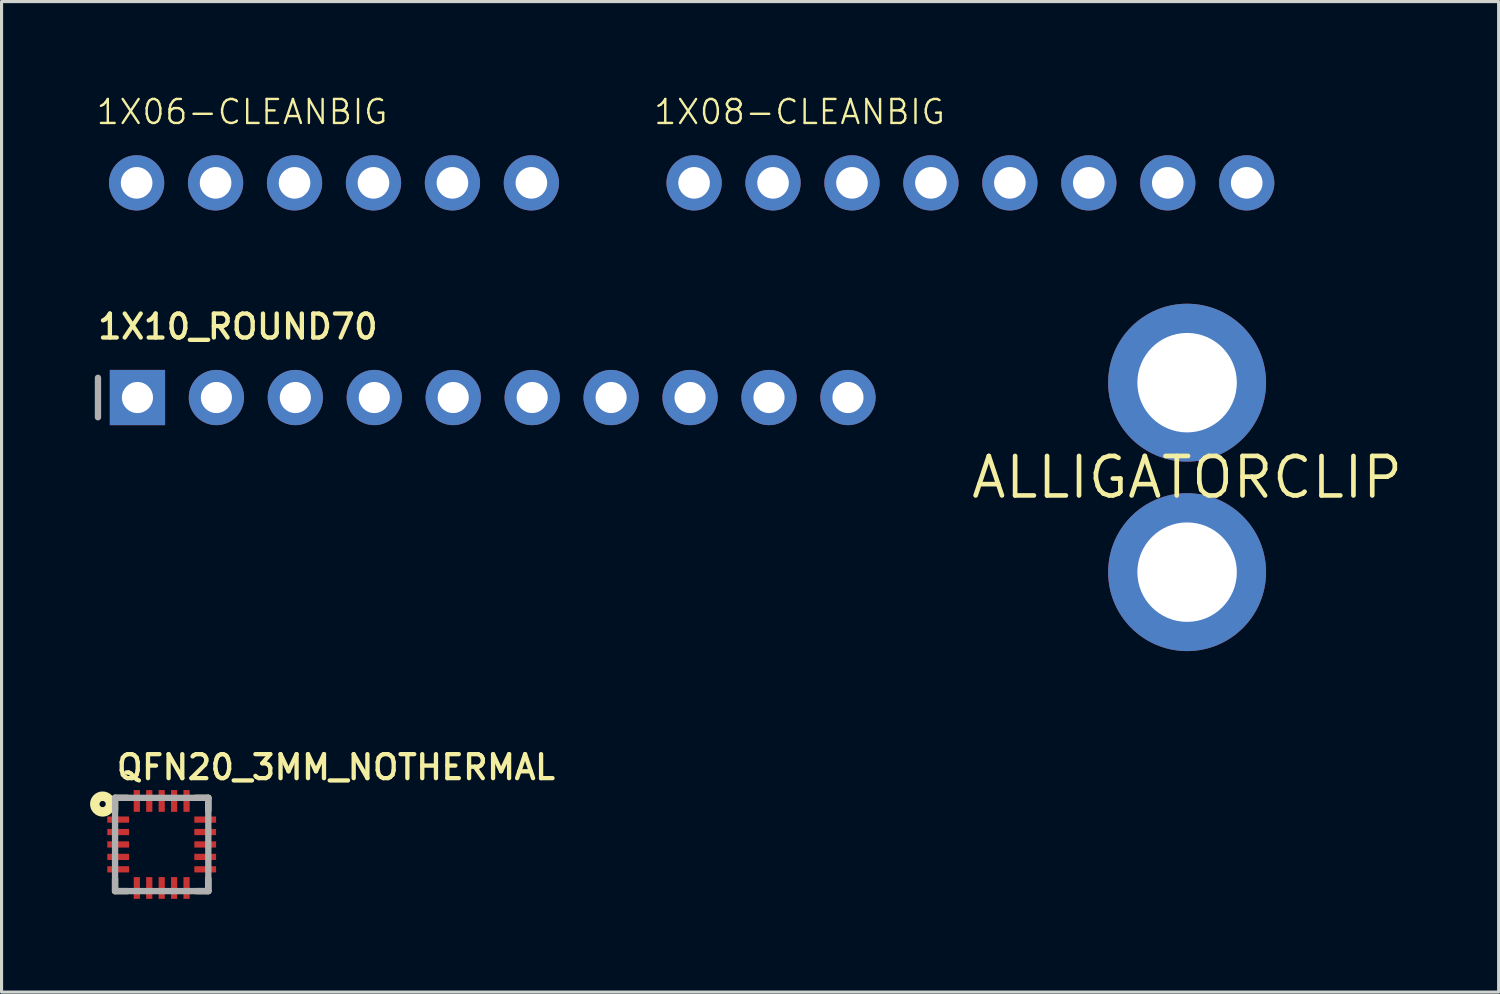
<source format=kicad_pcb>
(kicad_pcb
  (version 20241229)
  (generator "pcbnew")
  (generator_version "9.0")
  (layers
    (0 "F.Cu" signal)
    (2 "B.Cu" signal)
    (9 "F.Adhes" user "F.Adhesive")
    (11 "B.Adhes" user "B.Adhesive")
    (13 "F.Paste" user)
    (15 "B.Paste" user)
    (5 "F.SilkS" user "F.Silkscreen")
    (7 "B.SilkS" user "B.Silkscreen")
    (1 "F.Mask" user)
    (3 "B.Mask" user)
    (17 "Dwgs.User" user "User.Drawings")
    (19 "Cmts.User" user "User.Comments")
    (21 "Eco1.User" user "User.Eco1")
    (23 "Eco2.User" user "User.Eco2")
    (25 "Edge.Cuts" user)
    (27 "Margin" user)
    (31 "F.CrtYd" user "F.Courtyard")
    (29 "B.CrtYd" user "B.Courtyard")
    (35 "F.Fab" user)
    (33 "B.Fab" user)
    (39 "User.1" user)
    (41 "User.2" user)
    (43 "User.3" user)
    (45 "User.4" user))
  (footprint "1X08-CLEANBIG"
    (layer "F.Cu")
    (at 28.171 2.833)
    (property "Reference" "1X08-CLEANBIG" (at -10.236 -1.829 0) (layer "F.SilkS") (effects (font (size 0.772 0.772) (thickness 0.077)) (justify left bottom)))
    (attr through_hole)
    (fp_poly (pts (xy -9.144 0.254) (xy -8.636 0.254) (xy -8.636 -0.254) (xy -9.144 -0.254)) (stroke (width 0.1) (type solid)) (fill no) (layer "F.Fab"))
    (fp_poly (pts (xy -6.604 0.254) (xy -6.096 0.254) (xy -6.096 -0.254) (xy -6.604 -0.254)) (stroke (width 0.1) (type solid)) (fill no) (layer "F.Fab"))
    (fp_poly (pts (xy -4.064 0.254) (xy -3.556 0.254) (xy -3.556 -0.254) (xy -4.064 -0.254)) (stroke (width 0.1) (type solid)) (fill no) (layer "F.Fab"))
    (fp_poly (pts (xy -1.524 0.254) (xy -1.016 0.254) (xy -1.016 -0.254) (xy -1.524 -0.254)) (stroke (width 0.1) (type solid)) (fill no) (layer "F.Fab"))
    (fp_poly (pts (xy 1.016 0.254) (xy 1.524 0.254) (xy 1.524 -0.254) (xy 1.016 -0.254)) (stroke (width 0.1) (type solid)) (fill no) (layer "F.Fab"))
    (fp_poly (pts (xy 3.556 0.254) (xy 4.064 0.254) (xy 4.064 -0.254) (xy 3.556 -0.254)) (stroke (width 0.1) (type solid)) (fill no) (layer "F.Fab"))
    (fp_poly (pts (xy 6.096 0.254) (xy 6.604 0.254) (xy 6.604 -0.254) (xy 6.096 -0.254)) (stroke (width 0.1) (type solid)) (fill no) (layer "F.Fab"))
    (fp_poly (pts (xy 8.636 0.254) (xy 9.144 0.254) (xy 9.144 -0.254) (xy 8.636 -0.254)) (stroke (width 0.1) (type solid)) (fill no) (layer "F.Fab"))
    (pad "1" thru_hole circle (at -8.89 0 90) (size 1.778 1.778) (drill 1.016) (layers "*.Cu" "*.Mask"))
    (pad "2" thru_hole circle (at -6.35 0 90) (size 1.778 1.778) (drill 1.016) (layers "*.Cu" "*.Mask"))
    (pad "3" thru_hole circle (at -3.81 0 90) (size 1.778 1.778) (drill 1.016) (layers "*.Cu" "*.Mask"))
    (pad "4" thru_hole circle (at -1.27 0 90) (size 1.778 1.778) (drill 1.016) (layers "*.Cu" "*.Mask"))
    (pad "5" thru_hole circle (at 1.27 0 90) (size 1.778 1.778) (drill 1.016) (layers "*.Cu" "*.Mask"))
    (pad "6" thru_hole circle (at 3.81 0 90) (size 1.778 1.778) (drill 1.016) (layers "*.Cu" "*.Mask"))
    (pad "7" thru_hole circle (at 6.35 0 90) (size 1.778 1.778) (drill 1.016) (layers "*.Cu" "*.Mask"))
    (pad "8" thru_hole circle (at 8.89 0 90) (size 1.778 1.778) (drill 1.016) (layers "*.Cu" "*.Mask")))
  (footprint "QFN20_3MM_NOTHERMAL"
    (layer "F.Cu")
    (at 2.152 24.119)
    (property "Reference" "QFN20_3MM_NOTHERMAL" (at -1.524 -2.032 180) (layer "F.SilkS") (effects (font (size 0.772 0.772) (thickness 0.139)) (justify left bottom)))
    (attr through_hole)
    (fp_line (start -1.5 -1.5) (end -1.1 -1.5) (stroke (width 0.203) (type solid)) (layer "F.SilkS"))
    (fp_line (start -1.5 -1.1) (end -1.5 -1.5) (stroke (width 0.203) (type solid)) (layer "F.SilkS"))
    (fp_line (start -1.5 1.1) (end -1.5 1.5) (stroke (width 0.203) (type solid)) (layer "F.SilkS"))
    (fp_line (start -1.5 1.5) (end -1.1 1.5) (stroke (width 0.203) (type solid)) (layer "F.SilkS"))
    (fp_line (start 1.1 -1.5) (end 1.5 -1.5) (stroke (width 0.203) (type solid)) (layer "F.SilkS"))
    (fp_line (start 1.5 -1.5) (end 1.5 -1.1) (stroke (width 0.203) (type solid)) (layer "F.SilkS"))
    (fp_line (start 1.5 1.1) (end 1.5 1.5) (stroke (width 0.203) (type solid)) (layer "F.SilkS"))
    (fp_line (start 1.5 1.5) (end 1.1 1.5) (stroke (width 0.203) (type solid)) (layer "F.SilkS"))
    (fp_circle (center -1.9 -1.3) (end -1.8 -1.3) (stroke (width 0.305) (type solid)) (fill no) (layer "F.SilkS"))
    (fp_line (start -1.5 -1.5) (end 1.5 -1.5) (stroke (width 0.203) (type solid)) (layer "F.Fab"))
    (fp_line (start -1.5 1.5) (end -1.5 -1.5) (stroke (width 0.203) (type solid)) (layer "F.Fab"))
    (fp_line (start 1.5 -1.5) (end 1.5 1.5) (stroke (width 0.203) (type solid)) (layer "F.Fab"))
    (fp_line (start 1.5 1.5) (end -1.5 1.5) (stroke (width 0.203) (type solid)) (layer "F.Fab"))
    (pad "1" smd rect (at -1.4 -0.8 180) (size 0.7 0.2) (layers "F.Cu" "F.Mask" "F.Paste"))
    (pad "2" smd rect (at -1.4 -0.4 180) (size 0.7 0.2) (layers "F.Cu" "F.Mask" "F.Paste"))
    (pad "3" smd rect (at -1.4 0 180) (size 0.7 0.2) (layers "F.Cu" "F.Mask" "F.Paste"))
    (pad "4" smd rect (at -1.4 0.4 180) (size 0.7 0.2) (layers "F.Cu" "F.Mask" "F.Paste"))
    (pad "5" smd rect (at -1.4 0.8 180) (size 0.7 0.2) (layers "F.Cu" "F.Mask" "F.Paste"))
    (pad "6" smd rect (at -0.8 1.4 90) (size 0.7 0.2) (layers "F.Cu" "F.Mask" "F.Paste"))
    (pad "7" smd rect (at -0.4 1.4 90) (size 0.7 0.2) (layers "F.Cu" "F.Mask" "F.Paste"))
    (pad "8" smd rect (at 0 1.4 90) (size 0.7 0.2) (layers "F.Cu" "F.Mask" "F.Paste"))
    (pad "9" smd rect (at 0.4 1.4 90) (size 0.7 0.2) (layers "F.Cu" "F.Mask" "F.Paste"))
    (pad "10" smd rect (at 0.8 1.4 90) (size 0.7 0.2) (layers "F.Cu" "F.Mask" "F.Paste"))
    (pad "11" smd rect (at 1.4 0.8 180) (size 0.7 0.2) (layers "F.Cu" "F.Mask" "F.Paste"))
    (pad "12" smd rect (at 1.4 0.4 180) (size 0.7 0.2) (layers "F.Cu" "F.Mask" "F.Paste"))
    (pad "13" smd rect (at 1.4 0 180) (size 0.7 0.2) (layers "F.Cu" "F.Mask" "F.Paste"))
    (pad "14" smd rect (at 1.4 -0.4 180) (size 0.7 0.2) (layers "F.Cu" "F.Mask" "F.Paste"))
    (pad "15" smd rect (at 1.4 -0.8 180) (size 0.7 0.2) (layers "F.Cu" "F.Mask" "F.Paste"))
    (pad "16" smd rect (at 0.8 -1.4 90) (size 0.7 0.2) (layers "F.Cu" "F.Mask" "F.Paste"))
    (pad "17" smd rect (at 0.4 -1.4 90) (size 0.7 0.2) (layers "F.Cu" "F.Mask" "F.Paste"))
    (pad "18" smd rect (at 0 -1.4 90) (size 0.7 0.2) (layers "F.Cu" "F.Mask" "F.Paste"))
    (pad "19" smd rect (at -0.4 -1.4 90) (size 0.7 0.2) (layers "F.Cu" "F.Mask" "F.Paste"))
    (pad "20" smd rect (at -0.8 -1.4 90) (size 0.7 0.2) (layers "F.Cu" "F.Mask" "F.Paste")))
  (footprint "ALLIGATORCLIP"
    (layer "F.Cu")
    (at 35.143 12.31)
    (property "Reference" "ALLIGATORCLIP" (at 0 0 0) (layer "F.SilkS") (effects (font (size 1.27 1.27) (thickness 0.15))))
    (attr through_hole)
    (pad "P$1" thru_hole circle (at 0 -3.048) (size 5.08 5.08) (drill 3.2) (layers "*.Cu" "*.Mask"))
    (pad "P$2" thru_hole circle (at 0 3.048) (size 5.08 5.08) (drill 3.2) (layers "*.Cu" "*.Mask")))
  (footprint "1X10_ROUND70"
    (layer "F.Cu")
    (at 12.802 9.74)
    (property "Reference" "1X10_ROUND70" (at -12.776 -1.829 0) (layer "F.SilkS") (effects (font (size 0.772 0.772) (thickness 0.139)) (justify left bottom)))
    (attr through_hole)
    (fp_line (start -12.7 -0.635) (end -12.7 0.635) (stroke (width 0.203) (type solid)) (layer "F.Fab"))
    (fp_poly (pts (xy -11.684 0.254) (xy -11.176 0.254) (xy -11.176 -0.254) (xy -11.684 -0.254)) (stroke (width 0.1) (type solid)) (fill no) (layer "F.Fab"))
    (fp_poly (pts (xy -9.144 0.254) (xy -8.636 0.254) (xy -8.636 -0.254) (xy -9.144 -0.254)) (stroke (width 0.1) (type solid)) (fill no) (layer "F.Fab"))
    (fp_poly (pts (xy -6.604 0.254) (xy -6.096 0.254) (xy -6.096 -0.254) (xy -6.604 -0.254)) (stroke (width 0.1) (type solid)) (fill no) (layer "F.Fab"))
    (fp_poly (pts (xy -4.064 0.254) (xy -3.556 0.254) (xy -3.556 -0.254) (xy -4.064 -0.254)) (stroke (width 0.1) (type solid)) (fill no) (layer "F.Fab"))
    (fp_poly (pts (xy -1.524 0.254) (xy -1.016 0.254) (xy -1.016 -0.254) (xy -1.524 -0.254)) (stroke (width 0.1) (type solid)) (fill no) (layer "F.Fab"))
    (fp_poly (pts (xy 1.016 0.254) (xy 1.524 0.254) (xy 1.524 -0.254) (xy 1.016 -0.254)) (stroke (width 0.1) (type solid)) (fill no) (layer "F.Fab"))
    (fp_poly (pts (xy 3.556 0.254) (xy 4.064 0.254) (xy 4.064 -0.254) (xy 3.556 -0.254)) (stroke (width 0.1) (type solid)) (fill no) (layer "F.Fab"))
    (fp_poly (pts (xy 6.096 0.254) (xy 6.604 0.254) (xy 6.604 -0.254) (xy 6.096 -0.254)) (stroke (width 0.1) (type solid)) (fill no) (layer "F.Fab"))
    (fp_poly (pts (xy 8.636 0.254) (xy 9.144 0.254) (xy 9.144 -0.254) (xy 8.636 -0.254)) (stroke (width 0.1) (type solid)) (fill no) (layer "F.Fab"))
    (fp_poly (pts (xy 11.176 0.254) (xy 11.684 0.254) (xy 11.684 -0.254) (xy 11.176 -0.254)) (stroke (width 0.1) (type solid)) (fill no) (layer "F.Fab"))
    (pad "1" thru_hole rect (at -11.43 0 90) (size 1.778 1.778) (drill 1) (layers "*.Cu" "*.Mask"))
    (pad "2" thru_hole circle (at -8.89 0 90) (size 1.778 1.778) (drill 1) (layers "*.Cu" "*.Mask"))
    (pad "3" thru_hole circle (at -6.35 0 90) (size 1.778 1.778) (drill 1) (layers "*.Cu" "*.Mask"))
    (pad "4" thru_hole circle (at -3.81 0 90) (size 1.778 1.778) (drill 1) (layers "*.Cu" "*.Mask"))
    (pad "5" thru_hole circle (at -1.27 0 90) (size 1.778 1.778) (drill 1) (layers "*.Cu" "*.Mask"))
    (pad "6" thru_hole circle (at 1.27 0 90) (size 1.778 1.778) (drill 1) (layers "*.Cu" "*.Mask"))
    (pad "7" thru_hole circle (at 3.81 0 90) (size 1.778 1.778) (drill 1) (layers "*.Cu" "*.Mask"))
    (pad "8" thru_hole circle (at 6.35 0 90) (size 1.778 1.778) (drill 1) (layers "*.Cu" "*.Mask"))
    (pad "9" thru_hole circle (at 8.89 0 90) (size 1.778 1.778) (drill 1) (layers "*.Cu" "*.Mask"))
    (pad "10" thru_hole circle (at 11.43 0 90) (size 1.778 1.778) (drill 1) (layers "*.Cu" "*.Mask")))
  (footprint "1X06-CLEANBIG"
    (layer "F.Cu")
    (at 7.696 2.833)
    (property "Reference" "1X06-CLEANBIG" (at -7.696 -1.829 180) (layer "F.SilkS") (effects (font (size 0.772 0.772) (thickness 0.077)) (justify left bottom)))
    (attr through_hole)
    (fp_poly (pts (xy -6.604 0.254) (xy -6.096 0.254) (xy -6.096 -0.254) (xy -6.604 -0.254)) (stroke (width 0.1) (type solid)) (fill no) (layer "F.Fab"))
    (fp_poly (pts (xy -4.064 0.254) (xy -3.556 0.254) (xy -3.556 -0.254) (xy -4.064 -0.254)) (stroke (width 0.1) (type solid)) (fill no) (layer "F.Fab"))
    (fp_poly (pts (xy -1.524 0.254) (xy -1.016 0.254) (xy -1.016 -0.254) (xy -1.524 -0.254)) (stroke (width 0.1) (type solid)) (fill no) (layer "F.Fab"))
    (fp_poly (pts (xy 1.016 0.254) (xy 1.524 0.254) (xy 1.524 -0.254) (xy 1.016 -0.254)) (stroke (width 0.1) (type solid)) (fill no) (layer "F.Fab"))
    (fp_poly (pts (xy 3.556 0.254) (xy 4.064 0.254) (xy 4.064 -0.254) (xy 3.556 -0.254)) (stroke (width 0.1) (type solid)) (fill no) (layer "F.Fab"))
    (fp_poly (pts (xy 6.096 0.254) (xy 6.604 0.254) (xy 6.604 -0.254) (xy 6.096 -0.254)) (stroke (width 0.1) (type solid)) (fill no) (layer "F.Fab"))
    (pad "1" thru_hole circle (at -6.35 0 90) (size 1.778 1.778) (drill 1.016) (layers "*.Cu" "*.Mask"))
    (pad "2" thru_hole circle (at -3.81 0 90) (size 1.778 1.778) (drill 1.016) (layers "*.Cu" "*.Mask"))
    (pad "3" thru_hole circle (at -1.27 0 90) (size 1.778 1.778) (drill 1.016) (layers "*.Cu" "*.Mask"))
    (pad "4" thru_hole circle (at 1.27 0 90) (size 1.778 1.778) (drill 1.016) (layers "*.Cu" "*.Mask"))
    (pad "5" thru_hole circle (at 3.81 0 90) (size 1.778 1.778) (drill 1.016) (layers "*.Cu" "*.Mask"))
    (pad "6" thru_hole circle (at 6.35 0 90) (size 1.778 1.778) (drill 1.016) (layers "*.Cu" "*.Mask")))
  (gr_rect
    (start -3 -3)
    (end 45.166 28.869)
    (stroke (width 0.1) (type default))
    (fill no)
    (layer "Edge.Cuts")))
</source>
